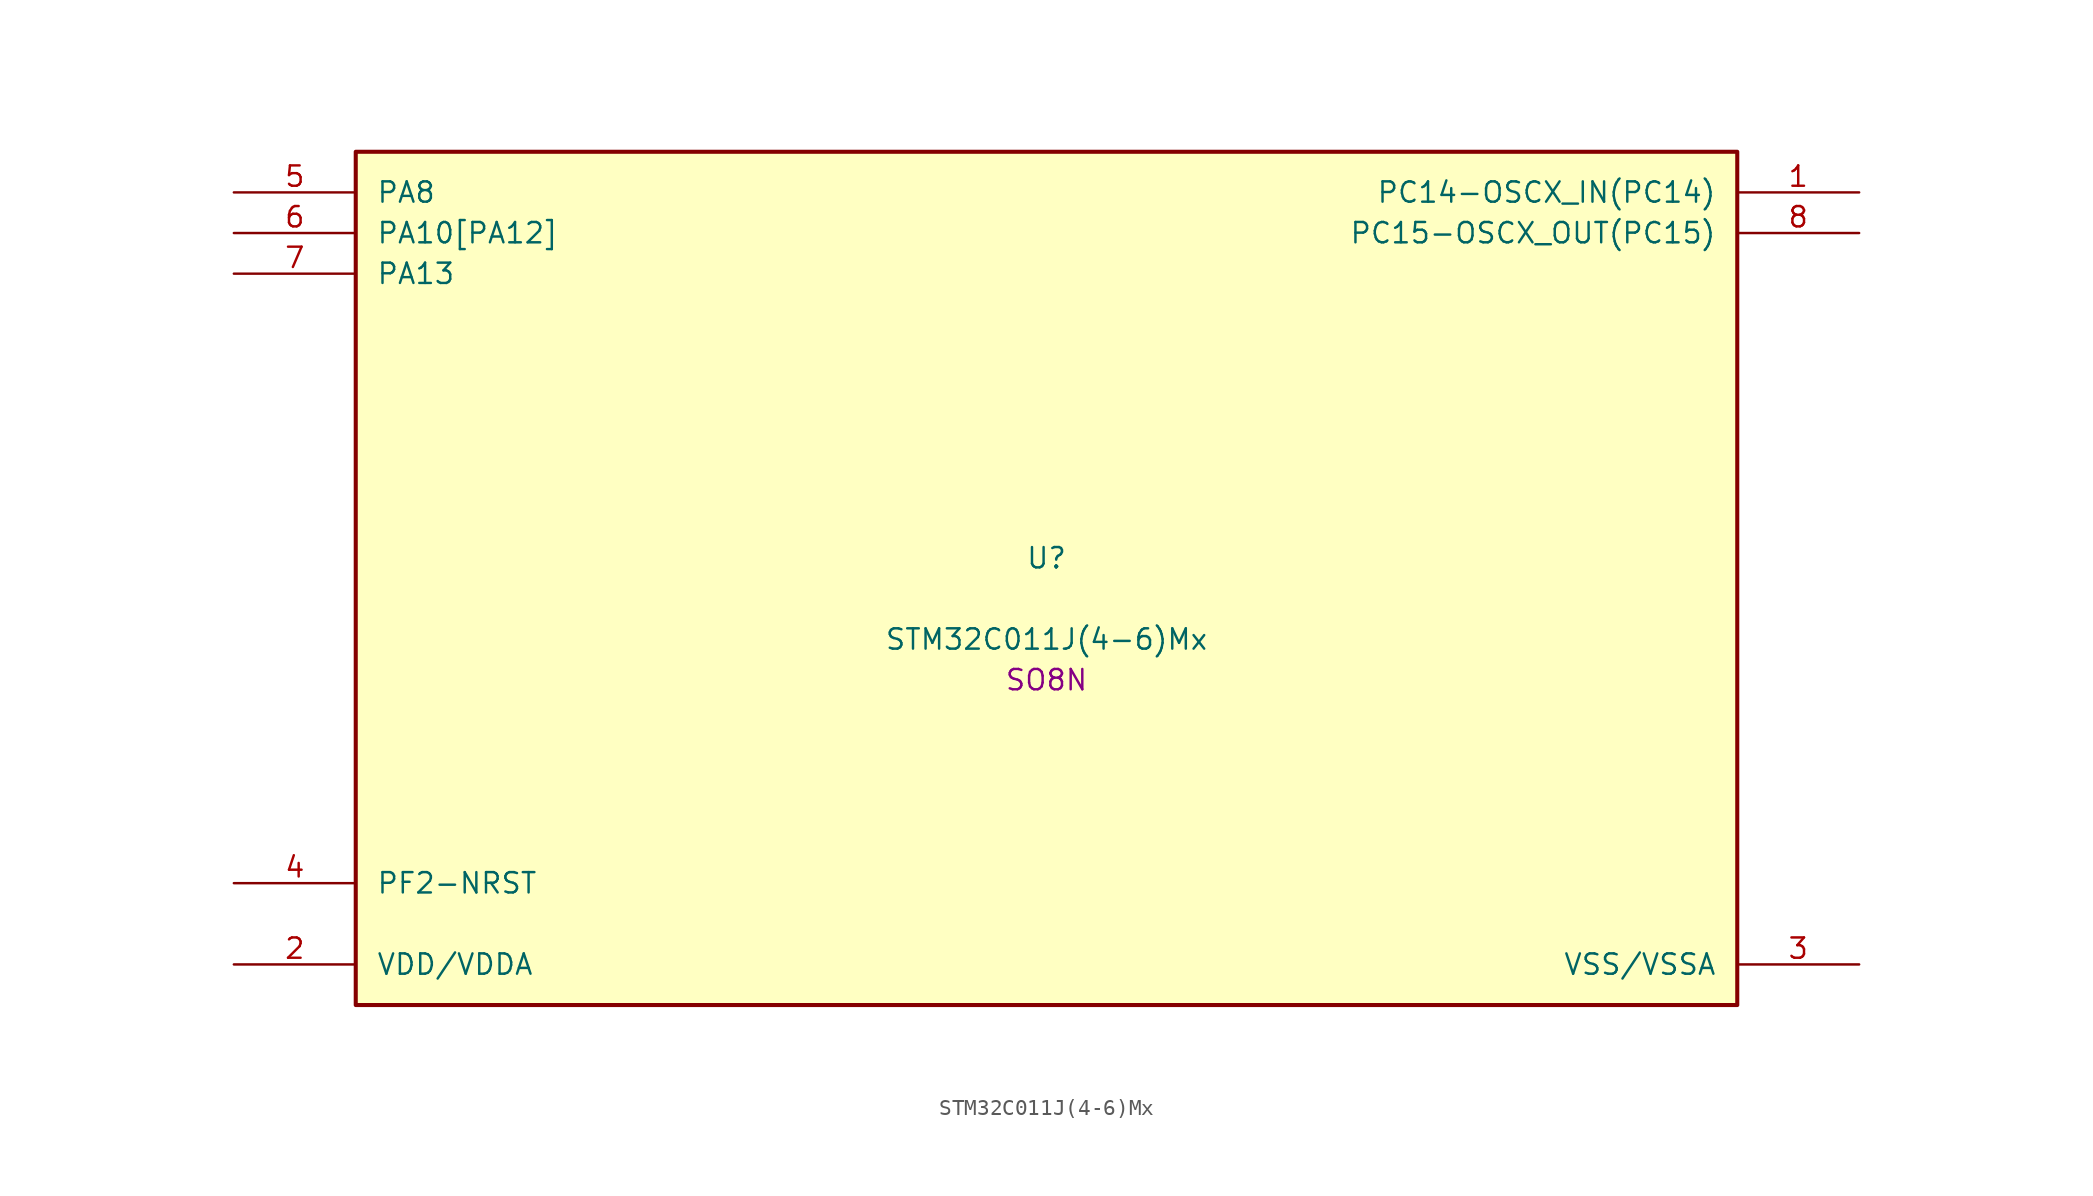
<source format=kicad_sym>
(kicad_symbol_lib
  (version 20241209)
  (generator "stm32_pkl_generator")
  (generator_version "1.0")
  (symbol "STM32C011J(4-6)Mx"
    (pin_names
      (offset 1.27))
    (property "Reference" "U"
      (at 0 2.54 0))
    (property "Value" "STM32C011J(4-6)Mx"
      (at 0 -2.54 0))
    (property "Footprint" "SO8N"
      (at 0 -5.08 0))
    (symbol "STM32C011J(4-6)Mx_1_1"
      (rectangle (start -43.18 27.94) (end 43.18 -25.4) (stroke (width 0.254) (type solid)) (fill (type background)))
      (pin bidirectional line (at -50.8 25.4 0) (length 7.62) (name "PA8") (number "5") (alternate "PA8/ADC1_IN8" bidirectional line) (alternate "PA8/I2S1_WS" bidirectional line) (alternate "PA8/RCC_MCO" bidirectional line) (alternate "PA8/RCC_MCO_2" bidirectional line) (alternate "PA8/SPI1_NSS" bidirectional line) (alternate "PA8/TIM14_CH1" bidirectional line) (alternate "PA8/TIM1_CH1" bidirectional line) (alternate "PA8/TIM1_CH2N" bidirectional line) (alternate "PA8/TIM1_CH3N" bidirectional line) (alternate "PA8/TIM3_CH3" bidirectional line) (alternate "PA8/TIM3_CH4" bidirectional line) (alternate "PA8/USART1_RX" bidirectional line) (alternate "PA8/USART2_TX" bidirectional line) (alternate "PA8/PA9[PA11]" bidirectional line) (alternate "PA8/I2C1_SCL" bidirectional line) (alternate "PA8/TIM1_CH2" bidirectional line) (alternate "PA8/TIM3_ETR" bidirectional line) (alternate "PA8/USART1_TX" bidirectional line) (alternate "PA8/PA11[PA9]" bidirectional line) (alternate "PA8/ADC1_EXTI11" bidirectional line) (alternate "PA8/ADC1_IN11" bidirectional line) (alternate "PA8/I2S1_MCK" bidirectional line) (alternate "PA8/SPI1_MISO" bidirectional line) (alternate "PA8/TIM1_BKIN2" bidirectional line) (alternate "PA8/TIM1_CH4" bidirectional line) (alternate "PA8/USART1_CTS" bidirectional line) (alternate "PA8/USART1_NSS" bidirectional line))
      (pin bidirectional line (at -50.8 22.86 0) (length 7.62) (name "PA10[PA12]") (number "6") (alternate "PA10[PA12]/I2C1_SDA" bidirectional line) (alternate "PA10[PA12]/RCC_MCO_2" bidirectional line) (alternate "PA10[PA12]/TIM17_BKIN" bidirectional line) (alternate "PA10[PA12]/TIM1_CH3" bidirectional line) (alternate "PA10[PA12]/USART1_RX" bidirectional line) (alternate "PA10[PA12]/PA12[PA10]" bidirectional line) (alternate "PA10[PA12]/ADC1_IN12" bidirectional line) (alternate "PA10[PA12]/I2S1_SD" bidirectional line) (alternate "PA10[PA12]/I2S_CKIN" bidirectional line) (alternate "PA10[PA12]/SPI1_MOSI" bidirectional line) (alternate "PA10[PA12]/TIM1_ETR" bidirectional line) (alternate "PA10[PA12]/USART1_CK" bidirectional line) (alternate "PA10[PA12]/USART1_DE" bidirectional line) (alternate "PA10[PA12]/USART1_RTS" bidirectional line))
      (pin bidirectional line (at -50.8 20.32 0) (length 7.62) (name "PA13") (number "7") (alternate "PA13/ADC1_IN13" bidirectional line) (alternate "PA13/DEBUG_SWDIO" bidirectional line) (alternate "PA13/IR_OUT" bidirectional line) (alternate "PA13/TIM3_ETR" bidirectional line) (alternate "PA13/USART2_RX" bidirectional line))
      (pin bidirectional line (at 50.8 25.4 180) (length 7.62) (name "PC14-OSCX_IN(PC14)") (number "1") (alternate "PC14-OSCX_IN(PC14)/I2C1_SDA" bidirectional line) (alternate "PC14-OSCX_IN(PC14)/IR_OUT" bidirectional line) (alternate "PC14-OSCX_IN(PC14)/RCC_OSCX_IN" bidirectional line) (alternate "PC14-OSCX_IN(PC14)/TIM17_CH1" bidirectional line) (alternate "PC14-OSCX_IN(PC14)/TIM1_BKIN2" bidirectional line) (alternate "PC14-OSCX_IN(PC14)/TIM1_ETR" bidirectional line) (alternate "PC14-OSCX_IN(PC14)/TIM3_CH2" bidirectional line) (alternate "PC14-OSCX_IN(PC14)/USART1_TX" bidirectional line) (alternate "PC14-OSCX_IN(PC14)/USART2_CK" bidirectional line) (alternate "PC14-OSCX_IN(PC14)/USART2_DE" bidirectional line) (alternate "PC14-OSCX_IN(PC14)/USART2_RTS" bidirectional line) (alternate "PC14-OSCX_IN(PC14)/PB7" bidirectional line) (alternate "PC14-OSCX_IN(PC14)/I2C1_SCL" bidirectional line) (alternate "PC14-OSCX_IN(PC14)/RTC_REFIN" bidirectional line) (alternate "PC14-OSCX_IN(PC14)/TIM16_CH1" bidirectional line) (alternate "PC14-OSCX_IN(PC14)/TIM17_CH1N" bidirectional line) (alternate "PC14-OSCX_IN(PC14)/TIM1_CH4" bidirectional line) (alternate "PC14-OSCX_IN(PC14)/TIM3_CH1" bidirectional line) (alternate "PC14-OSCX_IN(PC14)/TIM3_CH4" bidirectional line) (alternate "PC14-OSCX_IN(PC14)/USART1_RX" bidirectional line) (alternate "PC14-OSCX_IN(PC14)/USART2_CTS" bidirectional line) (alternate "PC14-OSCX_IN(PC14)/USART2_NSS" bidirectional line))
      (pin bidirectional line (at 50.8 22.86 180) (length 7.62) (name "PC15-OSCX_OUT(PC15)") (number "8") (alternate "PC15-OSCX_OUT(PC15)/RCC_OSC32_EN" bidirectional line) (alternate "PC15-OSCX_OUT(PC15)/RCC_OSCX_OUT" bidirectional line) (alternate "PC15-OSCX_OUT(PC15)/RCC_OSC_EN" bidirectional line) (alternate "PC15-OSCX_OUT(PC15)/TIM1_ETR" bidirectional line) (alternate "PC15-OSCX_OUT(PC15)/TIM3_CH3" bidirectional line) (alternate "PC15-OSCX_OUT(PC15)/PA14-BOOT0" bidirectional line) (alternate "PC15-OSCX_OUT(PC15)/ADC1_IN14" bidirectional line) (alternate "PC15-OSCX_OUT(PC15)/DEBUG_SWCLK" bidirectional line) (alternate "PC15-OSCX_OUT(PC15)/I2S1_WS" bidirectional line) (alternate "PC15-OSCX_OUT(PC15)/RCC_MCO_2" bidirectional line) (alternate "PC15-OSCX_OUT(PC15)/SPI1_NSS" bidirectional line) (alternate "PC15-OSCX_OUT(PC15)/TIM1_CH1" bidirectional line) (alternate "PC15-OSCX_OUT(PC15)/USART1_CK" bidirectional line) (alternate "PC15-OSCX_OUT(PC15)/USART1_DE" bidirectional line) (alternate "PC15-OSCX_OUT(PC15)/USART1_RTS" bidirectional line) (alternate "PC15-OSCX_OUT(PC15)/USART2_RX" bidirectional line) (alternate "PC15-OSCX_OUT(PC15)/USART2_TX" bidirectional line) (alternate "PC15-OSCX_OUT(PC15)/PB6" bidirectional line) (alternate "PC15-OSCX_OUT(PC15)/I2C1_SCL" bidirectional line) (alternate "PC15-OSCX_OUT(PC15)/I2C1_SMBA" bidirectional line) (alternate "PC15-OSCX_OUT(PC15)/I2S1_CK" bidirectional line) (alternate "PC15-OSCX_OUT(PC15)/I2S1_MCK" bidirectional line) (alternate "PC15-OSCX_OUT(PC15)/I2S1_SD" bidirectional line) (alternate "PC15-OSCX_OUT(PC15)/PWR_WKUP3" bidirectional line) (alternate "PC15-OSCX_OUT(PC15)/SPI1_MISO" bidirectional line) (alternate "PC15-OSCX_OUT(PC15)/SPI1_MOSI" bidirectional line) (alternate "PC15-OSCX_OUT(PC15)/SPI1_SCK" bidirectional line) (alternate "PC15-OSCX_OUT(PC15)/TIM16_BKIN" bidirectional line) (alternate "PC15-OSCX_OUT(PC15)/TIM16_CH1N" bidirectional line) (alternate "PC15-OSCX_OUT(PC15)/TIM17_BKIN" bidirectional line) (alternate "PC15-OSCX_OUT(PC15)/TIM1_CH2" bidirectional line) (alternate "PC15-OSCX_OUT(PC15)/TIM1_CH3" bidirectional line) (alternate "PC15-OSCX_OUT(PC15)/TIM3_CH1" bidirectional line) (alternate "PC15-OSCX_OUT(PC15)/TIM3_CH2" bidirectional line) (alternate "PC15-OSCX_OUT(PC15)/USART1_CTS" bidirectional line) (alternate "PC15-OSCX_OUT(PC15)/USART1_NSS" bidirectional line) (alternate "PC15-OSCX_OUT(PC15)/USART1_TX" bidirectional line))
      (pin bidirectional line (at -50.8 -17.78 0) (length 7.62) (name "PF2-NRST") (number "4") (alternate "PF2-NRST/RCC_MCO" bidirectional line) (alternate "PF2-NRST/TIM1_CH4" bidirectional line) (alternate "PF2-NRST/PA0" bidirectional line) (alternate "PF2-NRST/ADC1_IN0" bidirectional line) (alternate "PF2-NRST/PWR_WKUP1" bidirectional line) (alternate "PF2-NRST/TIM16_CH1" bidirectional line) (alternate "PF2-NRST/TIM1_CH1" bidirectional line) (alternate "PF2-NRST/USART1_TX" bidirectional line) (alternate "PF2-NRST/USART2_CTS" bidirectional line) (alternate "PF2-NRST/USART2_NSS" bidirectional line) (alternate "PF2-NRST/PA1" bidirectional line) (alternate "PF2-NRST/ADC1_IN1" bidirectional line) (alternate "PF2-NRST/I2C1_SMBA" bidirectional line) (alternate "PF2-NRST/I2S1_CK" bidirectional line) (alternate "PF2-NRST/SPI1_SCK" bidirectional line) (alternate "PF2-NRST/TIM17_CH1" bidirectional line) (alternate "PF2-NRST/TIM1_CH2" bidirectional line) (alternate "PF2-NRST/USART1_RX" bidirectional line) (alternate "PF2-NRST/USART2_CK" bidirectional line) (alternate "PF2-NRST/USART2_DE" bidirectional line) (alternate "PF2-NRST/USART2_RTS" bidirectional line) (alternate "PF2-NRST/PA2" bidirectional line) (alternate "PF2-NRST/ADC1_IN2" bidirectional line) (alternate "PF2-NRST/I2S1_SD" bidirectional line) (alternate "PF2-NRST/PWR_WKUP4" bidirectional line) (alternate "PF2-NRST/RCC_LSCO" bidirectional line) (alternate "PF2-NRST/SPI1_MOSI" bidirectional line) (alternate "PF2-NRST/TIM16_CH1N" bidirectional line) (alternate "PF2-NRST/TIM1_CH3" bidirectional line) (alternate "PF2-NRST/TIM3_ETR" bidirectional line) (alternate "PF2-NRST/USART2_TX" bidirectional line))
      (pin power_in line (at -50.8 -22.86 0) (length 7.62) (name "VDD/VDDA") (number "2"))
      (pin power_in line (at 50.8 -22.86 180) (length 7.62) (name "VSS/VSSA") (number "3")))))
</source>
